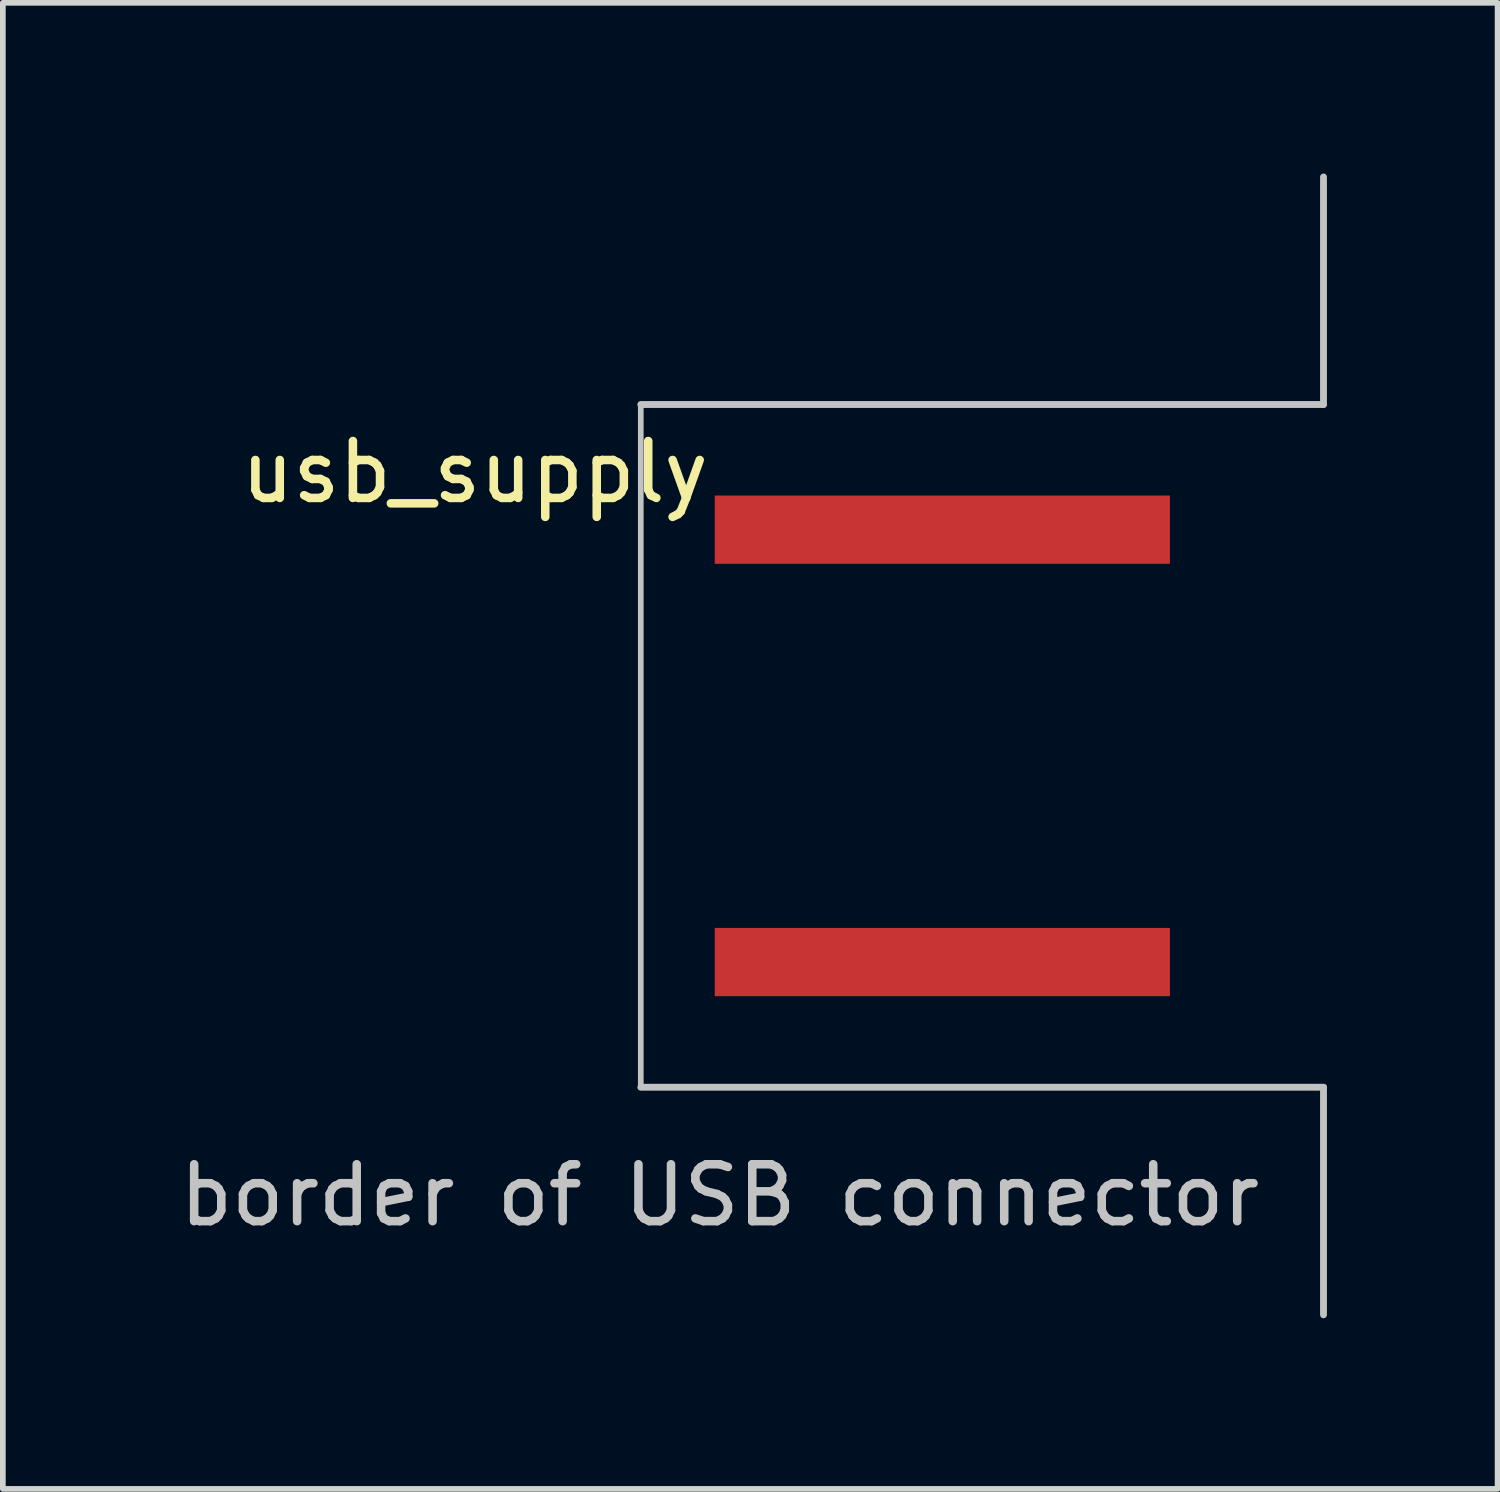
<source format=kicad_pcb>
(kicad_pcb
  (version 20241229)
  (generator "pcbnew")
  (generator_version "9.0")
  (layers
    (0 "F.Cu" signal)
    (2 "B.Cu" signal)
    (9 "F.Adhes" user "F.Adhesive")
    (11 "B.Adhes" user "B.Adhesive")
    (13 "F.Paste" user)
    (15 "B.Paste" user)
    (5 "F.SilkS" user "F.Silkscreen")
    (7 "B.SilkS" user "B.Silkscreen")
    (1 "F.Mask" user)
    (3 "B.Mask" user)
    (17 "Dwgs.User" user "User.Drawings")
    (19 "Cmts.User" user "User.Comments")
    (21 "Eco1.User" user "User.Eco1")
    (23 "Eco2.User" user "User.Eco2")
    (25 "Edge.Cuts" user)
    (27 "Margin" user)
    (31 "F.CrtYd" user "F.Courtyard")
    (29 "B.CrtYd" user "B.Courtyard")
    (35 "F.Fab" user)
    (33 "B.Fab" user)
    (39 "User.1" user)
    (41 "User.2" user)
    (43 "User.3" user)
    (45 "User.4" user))
  (footprint "usb_supply"
    (layer "F.Cu")
    (at 13.513 10.06)
    (property "Reference" "usb_supply" (at -8.217 -4.813 0) (layer "F.SilkS") (effects (font (size 1 1) (thickness 0.15))))
    (attr exclude_from_pos_files exclude_from_bom)
    (fp_line (start -5.3 -6) (end 6.7 -6) (stroke (width 0.12) (type solid)) (layer "Dwgs.User"))
    (fp_line (start -5.3 6) (end -5.3 -6) (stroke (width 0.1) (type solid)) (layer "Dwgs.User"))
    (fp_line (start -5.3 6) (end 6.7 6) (stroke (width 0.12) (type solid)) (layer "Dwgs.User"))
    (fp_line (start 6.7 -6) (end 6.7 -10) (stroke (width 0.12) (type solid)) (layer "Dwgs.User"))
    (fp_line (start 6.7 6) (end 6.7 10) (stroke (width 0.12) (type solid)) (layer "Dwgs.User"))
    (fp_text user "border of USB connector" (at -3.912 7.899 0) (layer "Dwgs.User") (effects (font (size 1 1) (thickness 0.15))))
    (pad "GND" smd rect (at 0 3.8) (size 8 1.2) (layers "F.Cu" "F.Mask" "F.Paste"))
    (pad "VCC" smd rect (at 0 -3.8) (size 8 1.2) (layers "F.Cu" "F.Mask" "F.Paste")))
  (gr_rect
    (start -3 -3)
    (end 23.273 23.12)
    (stroke (width 0.1) (type default))
    (fill no)
    (layer "Edge.Cuts")))
</source>
